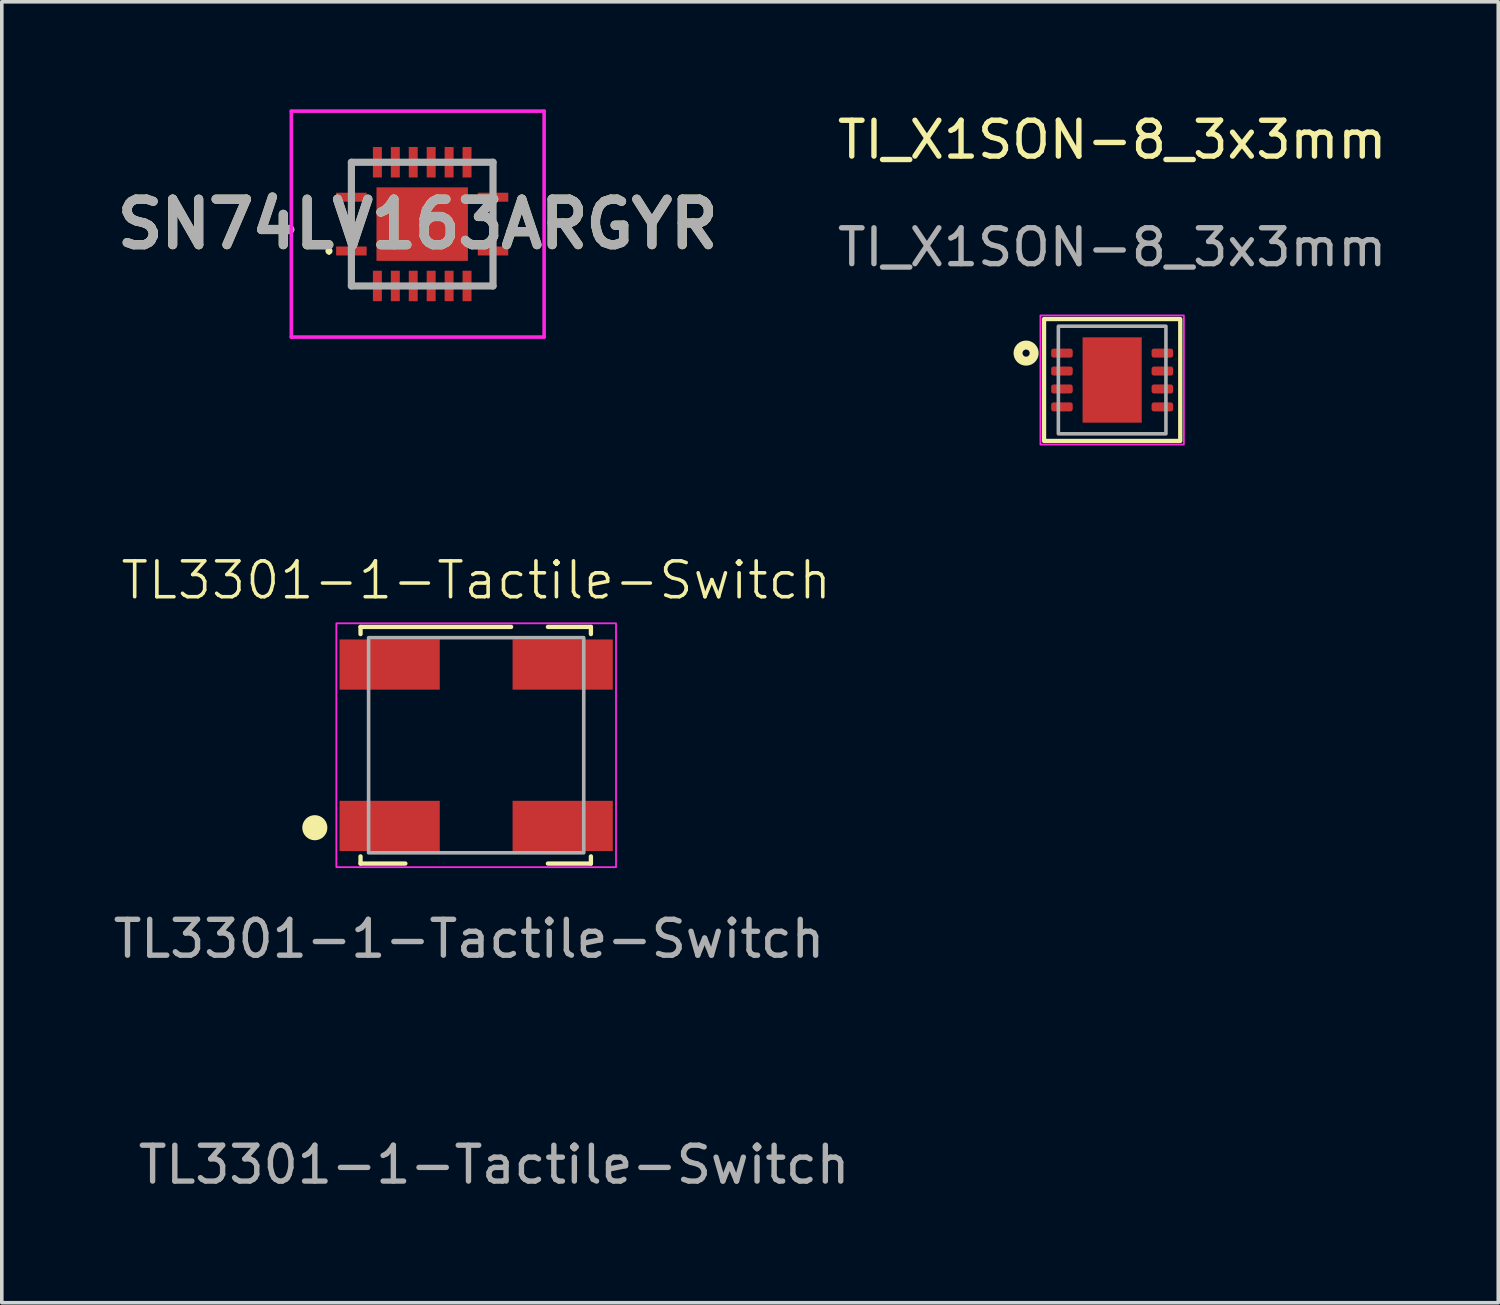
<source format=kicad_pcb>
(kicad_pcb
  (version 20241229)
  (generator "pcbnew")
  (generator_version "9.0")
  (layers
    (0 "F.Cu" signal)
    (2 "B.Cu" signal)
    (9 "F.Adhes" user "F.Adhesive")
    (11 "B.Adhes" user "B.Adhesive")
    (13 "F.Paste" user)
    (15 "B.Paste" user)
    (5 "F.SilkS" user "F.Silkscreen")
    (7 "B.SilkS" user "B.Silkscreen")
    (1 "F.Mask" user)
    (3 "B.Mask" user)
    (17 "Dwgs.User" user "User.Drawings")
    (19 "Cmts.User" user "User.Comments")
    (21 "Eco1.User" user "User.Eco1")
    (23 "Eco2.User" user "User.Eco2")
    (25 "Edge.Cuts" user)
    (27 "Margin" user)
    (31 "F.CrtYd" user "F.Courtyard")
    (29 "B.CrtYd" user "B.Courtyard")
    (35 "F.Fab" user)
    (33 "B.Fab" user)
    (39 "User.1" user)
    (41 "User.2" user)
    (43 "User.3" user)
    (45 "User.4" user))
  (footprint "SN74LV163ARGYR"
    (layer "F.Cu")
    (at 8.725 3.2)
    (property "Reference" "SN74LV163ARGYR" (at -0.125 0 0) (layer "F.SilkS") (effects (font (size 1.27 1.27) (thickness 0.254))))
    (attr smd)
    (fp_line (start -2.6 0.7) (end -2.6 0.7) (stroke (width 0.1) (type solid)) (layer "F.SilkS"))
    (fp_line (start -2.6 0.8) (end -2.6 0.8) (stroke (width 0.1) (type solid)) (layer "F.SilkS"))
    (fp_line (start -1.975 -1.725) (end -1.975 -1.15) (stroke (width 0.1) (type solid)) (layer "F.SilkS"))
    (fp_line (start -1.975 1.725) (end -1.975 1.15) (stroke (width 0.1) (type solid)) (layer "F.SilkS"))
    (fp_line (start -1.5 -1.725) (end -1.975 -1.725) (stroke (width 0.1) (type solid)) (layer "F.SilkS"))
    (fp_line (start -1.5 1.725) (end -1.975 1.725) (stroke (width 0.1) (type solid)) (layer "F.SilkS"))
    (fp_line (start 1.5 -1.725) (end 1.975 -1.725) (stroke (width 0.1) (type solid)) (layer "F.SilkS"))
    (fp_line (start 1.5 1.725) (end 1.975 1.725) (stroke (width 0.1) (type solid)) (layer "F.SilkS"))
    (fp_line (start 1.975 -1.725) (end 1.975 -1.15) (stroke (width 0.1) (type solid)) (layer "F.SilkS"))
    (fp_line (start 1.975 1.725) (end 1.975 1.15) (stroke (width 0.1) (type solid)) (layer "F.SilkS"))
    (fp_arc (start -2.6 0.7) (mid -2.55 0.75) (end -2.6 0.8) (stroke (width 0.1) (type solid)) (layer "F.SilkS"))
    (fp_arc (start -2.6 0.8) (mid -2.65 0.75) (end -2.6 0.7) (stroke (width 0.1) (type solid)) (layer "F.SilkS"))
    (fp_line (start -3.65 -3.15) (end 3.4 -3.15) (stroke (width 0.1) (type solid)) (layer "F.CrtYd"))
    (fp_line (start -3.65 3.15) (end -3.65 -3.15) (stroke (width 0.1) (type solid)) (layer "F.CrtYd"))
    (fp_line (start 3.4 -3.15) (end 3.4 3.15) (stroke (width 0.1) (type solid)) (layer "F.CrtYd"))
    (fp_line (start 3.4 3.15) (end -3.65 3.15) (stroke (width 0.1) (type solid)) (layer "F.CrtYd"))
    (fp_line (start -1.975 -1.725) (end 1.975 -1.725) (stroke (width 0.2) (type solid)) (layer "F.Fab"))
    (fp_line (start -1.975 1.725) (end -1.975 -1.725) (stroke (width 0.2) (type solid)) (layer "F.Fab"))
    (fp_line (start 1.975 -1.725) (end 1.975 1.725) (stroke (width 0.2) (type solid)) (layer "F.Fab"))
    (fp_line (start 1.975 1.725) (end -1.975 1.725) (stroke (width 0.2) (type solid)) (layer "F.Fab"))
    (fp_text user "${REFERENCE}" (at -0.125 0 0) (layer "F.Fab") (effects (font (size 1.27 1.27) (thickness 0.254))))
    (pad "1" smd rect (at -1.975 0.75 90) (size 0.25 0.85) (layers "F.Cu" "F.Mask" "F.Paste"))
    (pad "2" smd rect (at -1.25 1.725) (size 0.25 0.85) (layers "F.Cu" "F.Mask" "F.Paste"))
    (pad "3" smd rect (at -0.75 1.725) (size 0.25 0.85) (layers "F.Cu" "F.Mask" "F.Paste"))
    (pad "4" smd rect (at -0.25 1.725) (size 0.25 0.85) (layers "F.Cu" "F.Mask" "F.Paste"))
    (pad "5" smd rect (at 0.25 1.725) (size 0.25 0.85) (layers "F.Cu" "F.Mask" "F.Paste"))
    (pad "6" smd rect (at 0.75 1.725) (size 0.25 0.85) (layers "F.Cu" "F.Mask" "F.Paste"))
    (pad "7" smd rect (at 1.25 1.725) (size 0.25 0.85) (layers "F.Cu" "F.Mask" "F.Paste"))
    (pad "8" smd rect (at 1.975 0.75 90) (size 0.25 0.85) (layers "F.Cu" "F.Mask" "F.Paste"))
    (pad "9" smd rect (at 1.975 -0.75 90) (size 0.25 0.85) (layers "F.Cu" "F.Mask" "F.Paste"))
    (pad "10" smd rect (at 1.25 -1.725) (size 0.25 0.85) (layers "F.Cu" "F.Mask" "F.Paste"))
    (pad "11" smd rect (at 0.75 -1.725) (size 0.25 0.85) (layers "F.Cu" "F.Mask" "F.Paste"))
    (pad "12" smd rect (at 0.25 -1.725) (size 0.25 0.85) (layers "F.Cu" "F.Mask" "F.Paste"))
    (pad "13" smd rect (at -0.25 -1.725) (size 0.25 0.85) (layers "F.Cu" "F.Mask" "F.Paste"))
    (pad "14" smd rect (at -0.75 -1.725) (size 0.25 0.85) (layers "F.Cu" "F.Mask" "F.Paste"))
    (pad "15" smd rect (at -1.25 -1.725) (size 0.25 0.85) (layers "F.Cu" "F.Mask" "F.Paste"))
    (pad "16" smd rect (at -1.975 -0.75 90) (size 0.25 0.85) (layers "F.Cu" "F.Mask" "F.Paste"))
    (pad "17" smd rect (at 0 0 90) (size 2.05 2.55) (layers "F.Cu" "F.Mask" "F.Paste")))
  (footprint "TL3301-1-Tactile-Switch"
    (layer "F.Cu")
    (at 10.23 17.734)
    (property "Reference" "TL3301-1-Tactile-Switch" (at 0 -4.6 0) (unlocked yes) (layer "F.SilkS") (effects (font (size 1 1) (thickness 0.1))))
    (attr smd)
    (fp_line (start -3.225 -3.1) (end -3.225 -3.3) (stroke (width 0.12) (type solid)) (layer "F.SilkS"))
    (fp_line (start -3.225 3.1) (end -3.225 3.3) (stroke (width 0.12) (type solid)) (layer "F.SilkS"))
    (fp_line (start -3.225 3.3) (end -1.975 3.3) (stroke (width 0.12) (type solid)) (layer "F.SilkS"))
    (fp_line (start 0.975 -3.3) (end -3.225 -3.3) (stroke (width 0.12) (type solid)) (layer "F.SilkS"))
    (fp_line (start 3.2 -3.3) (end 2 -3.3) (stroke (width 0.12) (type solid)) (layer "F.SilkS"))
    (fp_line (start 3.2 -3.3) (end 3.2 -3.1) (stroke (width 0.12) (type default)) (layer "F.SilkS"))
    (fp_line (start 3.2 3.1) (end 3.2 3.3) (stroke (width 0.12) (type solid)) (layer "F.SilkS"))
    (fp_line (start 3.2 3.3) (end 2 3.3) (stroke (width 0.12) (type solid)) (layer "F.SilkS"))
    (fp_circle (center -4.5 2.3) (end -4.2 2.3) (stroke (width 0.1) (type solid)) (fill yes) (layer "F.SilkS"))
    (fp_rect (start -3.9 -3.4) (end 3.9 3.4) (stroke (width 0.05) (type default)) (fill no) (layer "F.CrtYd"))
    (fp_rect (start -3 -3) (end 3 3) (stroke (width 0.1) (type default)) (fill no) (layer "F.Fab"))
    (fp_text user "${REFERENCE}" (at 0.5 11.7 0) (layer "F.Fab") (effects (font (size 1 1) (thickness 0.15))))
    (fp_text user "${REFERENCE}" (at -0.2 5.4 0) (unlocked yes) (layer "F.Fab") (effects (font (size 1 1) (thickness 0.15))))
    (pad "1" smd rect (at -2.413 2.25) (size 2.795 1.4) (layers "F.Cu" "F.Mask" "F.Paste"))
    (pad "2" smd rect (at 2.413 2.25) (size 2.795 1.4) (layers "F.Cu" "F.Mask" "F.Paste"))
    (pad "3" smd rect (at -2.413 -2.25) (size 2.795 1.4) (layers "F.Cu" "F.Mask" "F.Paste"))
    (pad "4" smd rect (at 2.413 -2.25) (size 2.795 1.4) (layers "F.Cu" "F.Mask" "F.Paste")))
  (footprint "TI_X1SON-8_3x3mm"
    (layer "F.Cu")
    (at 27.967 7.548)
    (property "Reference" "TI_X1SON-8_3x3mm" (at 0 -6.7 0) (unlocked yes) (layer "F.SilkS") (effects (font (size 1 1) (thickness 0.15))))
    (attr smd)
    (fp_rect (start -1.9 -1.7) (end 1.9 1.7) (stroke (width 0.12) (type solid)) (fill no) (layer "F.SilkS"))
    (fp_circle (center -2.4 -0.75) (end -2.3 -0.75) (stroke (width 0.25) (type solid)) (fill no) (layer "F.SilkS"))
    (fp_rect (start -2 -1.8) (end 2 1.8) (stroke (width 0.05) (type solid)) (fill no) (layer "F.CrtYd"))
    (fp_rect (start -1.5 -1.5) (end 1.5 1.5) (stroke (width 0.1) (type solid)) (fill no) (layer "F.Fab"))
    (fp_text user "${REFERENCE}" (at 0 -3.7 0) (unlocked yes) (layer "F.Fab") (effects (font (size 1 1) (thickness 0.15))))
    (pad "1" smd roundrect (at -1.4 -0.75) (size 0.6 0.25) (layers "F.Cu" "F.Mask" "F.Paste") (roundrect_rratio 0.25))
    (pad "2" smd roundrect (at -1.4 -0.25) (size 0.6 0.25) (layers "F.Cu" "F.Mask" "F.Paste") (roundrect_rratio 0.25))
    (pad "3" smd roundrect (at -1.4 0.25) (size 0.6 0.25) (layers "F.Cu" "F.Mask" "F.Paste") (roundrect_rratio 0.25))
    (pad "4" smd roundrect (at -1.4 0.75) (size 0.6 0.25) (layers "F.Cu" "F.Mask" "F.Paste") (roundrect_rratio 0.25))
    (pad "5" smd roundrect (at 1.4 0.75) (size 0.6 0.25) (layers "F.Cu" "F.Mask" "F.Paste") (roundrect_rratio 0.25))
    (pad "6" smd roundrect (at 1.4 0.25) (size 0.6 0.25) (layers "F.Cu" "F.Mask" "F.Paste") (roundrect_rratio 0.25))
    (pad "7" smd roundrect (at 1.4 -0.25) (size 0.6 0.25) (layers "F.Cu" "F.Mask" "F.Paste") (roundrect_rratio 0.25))
    (pad "8" smd roundrect (at 1.4 -0.75) (size 0.6 0.25) (layers "F.Cu" "F.Mask" "F.Paste") (roundrect_rratio 0.25))
    (pad "9" smd rect (at 0 0) (size 1.65 2.38) (layers "F.Cu" "F.Mask" "F.Paste")))
  (gr_rect
    (start -3 -3)
    (end 38.735 33.282)
    (stroke (width 0.1) (type default))
    (fill no)
    (layer "Edge.Cuts")))
</source>
